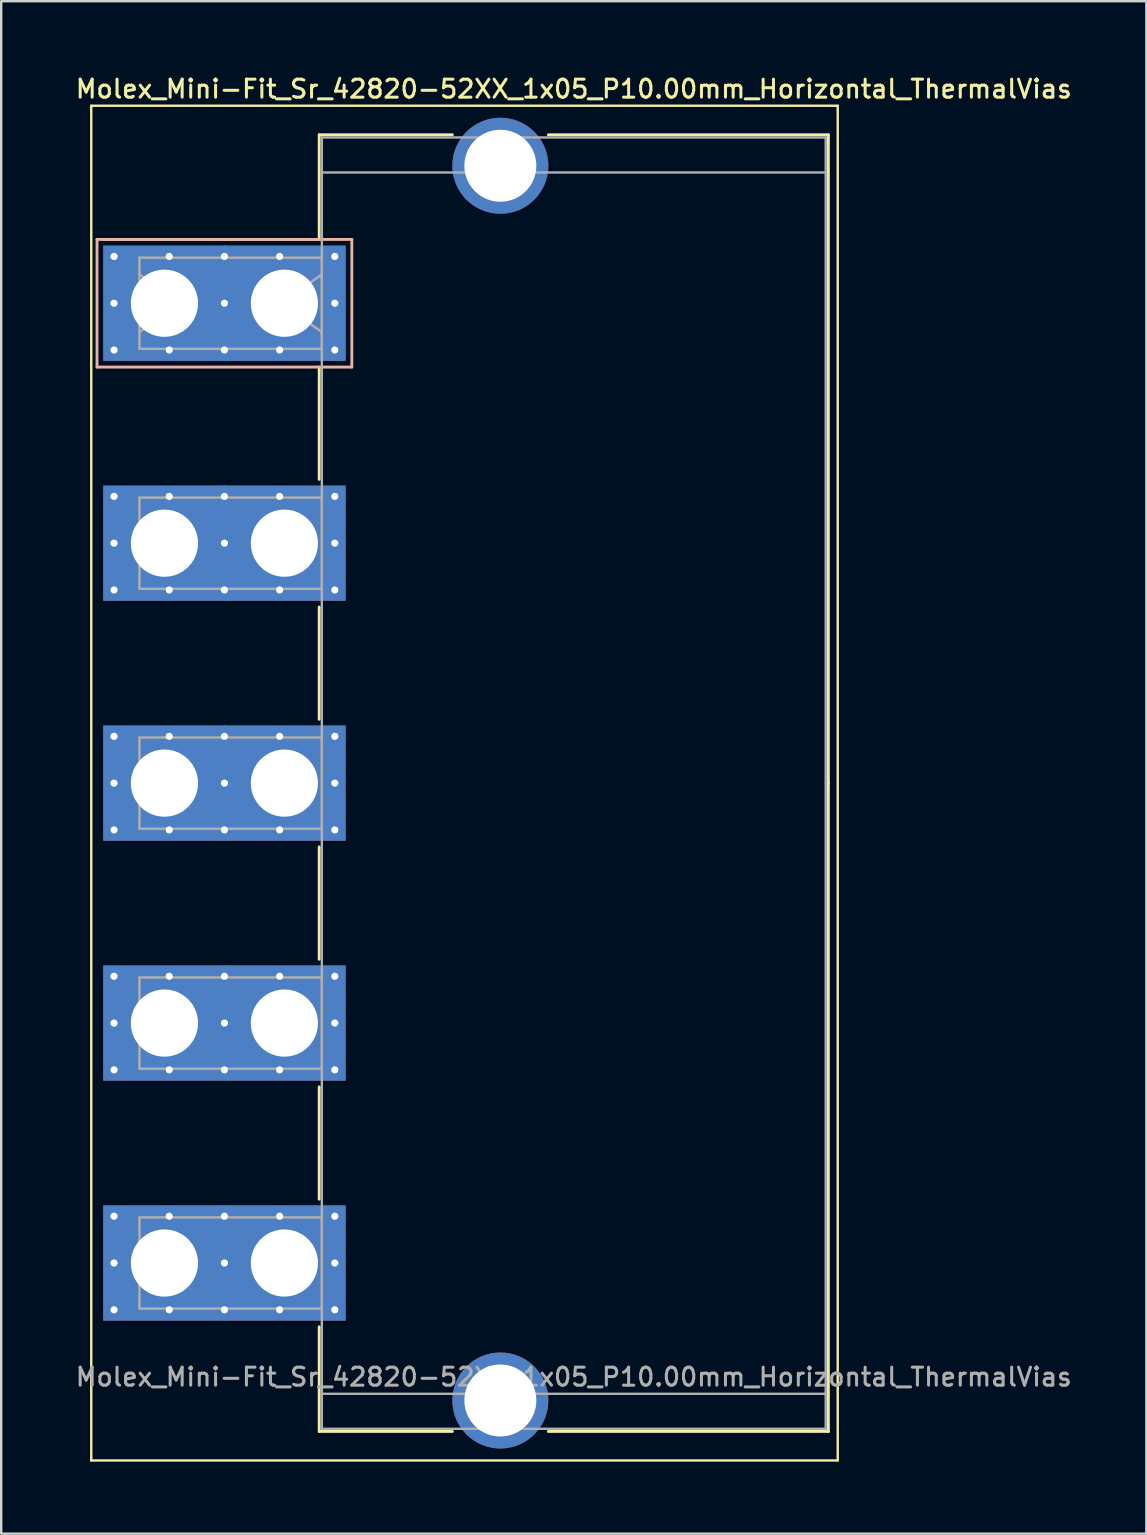
<source format=kicad_pcb>
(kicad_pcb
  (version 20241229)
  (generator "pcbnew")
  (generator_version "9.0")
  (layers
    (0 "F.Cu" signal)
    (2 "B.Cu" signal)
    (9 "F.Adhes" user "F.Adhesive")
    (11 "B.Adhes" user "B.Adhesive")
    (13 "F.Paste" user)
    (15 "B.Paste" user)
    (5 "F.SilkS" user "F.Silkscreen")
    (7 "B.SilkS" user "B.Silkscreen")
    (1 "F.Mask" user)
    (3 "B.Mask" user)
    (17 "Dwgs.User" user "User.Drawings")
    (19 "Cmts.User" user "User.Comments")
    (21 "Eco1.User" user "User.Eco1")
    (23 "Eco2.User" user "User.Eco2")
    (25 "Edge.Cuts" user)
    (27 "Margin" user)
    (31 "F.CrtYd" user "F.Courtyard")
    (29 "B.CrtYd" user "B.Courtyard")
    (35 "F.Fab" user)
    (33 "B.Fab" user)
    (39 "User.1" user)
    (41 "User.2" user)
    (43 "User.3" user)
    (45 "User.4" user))
  (footprint "Molex_Mini-Fit_Sr_42820-52XX_1x05_P10.00mm_Horizontal_ThermalVias"
    (layer "F.Cu")
    (at 3.803 9.588)
    (property "Reference" "Molex_Mini-Fit_Sr_42820-52XX_1x05_P10.00mm_Horizontal_ThermalVias" (at 17.06 -8.93 0) (layer "F.SilkS") (effects (font (size 0.75 0.75) (thickness 0.125))))
    (attr through_hole)
    (fp_line (start -3.05 -8.23) (end -3.05 48.23) (stroke (width 0.1) (type solid)) (layer "F.SilkS"))
    (fp_line (start -3.05 48.23) (end 28.06 48.23) (stroke (width 0.1) (type solid)) (layer "F.SilkS"))
    (fp_line (start 6.45 -7.02) (end 12 -7.02) (stroke (width 0.12) (type solid)) (layer "F.SilkS"))
    (fp_line (start 6.45 -2.66) (end -2.55 -2.66) (stroke (width 0.12) (type solid)) (layer "F.SilkS"))
    (fp_line (start 6.45 -2.66) (end 6.45 -7.02) (stroke (width 0.12) (type solid)) (layer "F.SilkS"))
    (fp_line (start 6.45 2.66) (end 6.45 7.34) (stroke (width 0.12) (type solid)) (layer "F.SilkS"))
    (fp_line (start 6.45 12.66) (end 6.45 17.34) (stroke (width 0.12) (type solid)) (layer "F.SilkS"))
    (fp_line (start 6.45 22.66) (end 6.45 27.34) (stroke (width 0.12) (type solid)) (layer "F.SilkS"))
    (fp_line (start 6.45 32.66) (end 6.45 37.34) (stroke (width 0.12) (type solid)) (layer "F.SilkS"))
    (fp_line (start 6.45 42.66) (end 6.45 47.02) (stroke (width 0.12) (type solid)) (layer "F.SilkS"))
    (fp_line (start 6.45 47.02) (end 12 47.02) (stroke (width 0.12) (type solid)) (layer "F.SilkS"))
    (fp_line (start 16 -7.02) (end 27.67 -7.02) (stroke (width 0.12) (type solid)) (layer "F.SilkS"))
    (fp_line (start 16 47.02) (end 27.67 47.02) (stroke (width 0.12) (type solid)) (layer "F.SilkS"))
    (fp_line (start 27.67 -7.02) (end 27.67 20) (stroke (width 0.12) (type solid)) (layer "F.SilkS"))
    (fp_line (start 27.67 47.02) (end 27.67 20) (stroke (width 0.12) (type solid)) (layer "F.SilkS"))
    (fp_line (start 28.06 -8.23) (end -3.05 -8.23) (stroke (width 0.1) (type solid)) (layer "F.SilkS"))
    (fp_line (start 28.06 48.23) (end 28.06 -8.23) (stroke (width 0.1) (type solid)) (layer "F.SilkS"))
    (fp_line (start -2.81 -2.66) (end -2.81 2.66) (stroke (width 0.12) (type solid)) (layer "B.SilkS"))
    (fp_line (start -2.81 2.66) (end 7.81 2.66) (stroke (width 0.12) (type solid)) (layer "B.SilkS"))
    (fp_line (start 7.81 -2.66) (end -2.81 -2.66) (stroke (width 0.12) (type solid)) (layer "B.SilkS"))
    (fp_line (start 7.81 2.66) (end 7.81 -2.66) (stroke (width 0.12) (type solid)) (layer "B.SilkS"))
    (fp_line (start -1.04 -1.9) (end 6.56 -1.9) (stroke (width 0.1) (type solid)) (layer "F.Fab"))
    (fp_line (start -1.04 -1.2) (end 0.657 0) (stroke (width 0.1) (type solid)) (layer "F.Fab"))
    (fp_line (start -1.04 1.9) (end -1.04 -1.9) (stroke (width 0.1) (type solid)) (layer "F.Fab"))
    (fp_line (start -1.04 8.1) (end 6.56 8.1) (stroke (width 0.1) (type solid)) (layer "F.Fab"))
    (fp_line (start -1.04 11.9) (end -1.04 8.1) (stroke (width 0.1) (type solid)) (layer "F.Fab"))
    (fp_line (start -1.04 18.1) (end 6.56 18.1) (stroke (width 0.1) (type solid)) (layer "F.Fab"))
    (fp_line (start -1.04 21.9) (end -1.04 18.1) (stroke (width 0.1) (type solid)) (layer "F.Fab"))
    (fp_line (start -1.04 28.1) (end 6.56 28.1) (stroke (width 0.1) (type solid)) (layer "F.Fab"))
    (fp_line (start -1.04 31.9) (end -1.04 28.1) (stroke (width 0.1) (type solid)) (layer "F.Fab"))
    (fp_line (start -1.04 38.1) (end 6.56 38.1) (stroke (width 0.1) (type solid)) (layer "F.Fab"))
    (fp_line (start -1.04 41.9) (end -1.04 38.1) (stroke (width 0.1) (type solid)) (layer "F.Fab"))
    (fp_line (start 0.657 0) (end -1.04 1.2) (stroke (width 0.1) (type solid)) (layer "F.Fab"))
    (fp_line (start 4.863 0) (end 6.56 1.2) (stroke (width 0.1) (type solid)) (layer "F.Fab"))
    (fp_line (start 6.56 -6.91) (end 6.56 46.91) (stroke (width 0.1) (type solid)) (layer "F.Fab"))
    (fp_line (start 6.56 -5.45) (end 27.56 -5.45) (stroke (width 0.1) (type solid)) (layer "F.Fab"))
    (fp_line (start 6.56 -1.9) (end 6.56 1.9) (stroke (width 0.1) (type solid)) (layer "F.Fab"))
    (fp_line (start 6.56 -1.2) (end 4.863 0) (stroke (width 0.1) (type solid)) (layer "F.Fab"))
    (fp_line (start 6.56 1.9) (end -1.04 1.9) (stroke (width 0.1) (type solid)) (layer "F.Fab"))
    (fp_line (start 6.56 8.1) (end 6.56 11.9) (stroke (width 0.1) (type solid)) (layer "F.Fab"))
    (fp_line (start 6.56 11.9) (end -1.04 11.9) (stroke (width 0.1) (type solid)) (layer "F.Fab"))
    (fp_line (start 6.56 18.1) (end 6.56 21.9) (stroke (width 0.1) (type solid)) (layer "F.Fab"))
    (fp_line (start 6.56 21.9) (end -1.04 21.9) (stroke (width 0.1) (type solid)) (layer "F.Fab"))
    (fp_line (start 6.56 28.1) (end 6.56 31.9) (stroke (width 0.1) (type solid)) (layer "F.Fab"))
    (fp_line (start 6.56 31.9) (end -1.04 31.9) (stroke (width 0.1) (type solid)) (layer "F.Fab"))
    (fp_line (start 6.56 38.1) (end 6.56 41.9) (stroke (width 0.1) (type solid)) (layer "F.Fab"))
    (fp_line (start 6.56 41.9) (end -1.04 41.9) (stroke (width 0.1) (type solid)) (layer "F.Fab"))
    (fp_line (start 6.56 45.45) (end 27.56 45.45) (stroke (width 0.1) (type solid)) (layer "F.Fab"))
    (fp_line (start 6.56 46.91) (end 27.56 46.91) (stroke (width 0.1) (type solid)) (layer "F.Fab"))
    (fp_line (start 27.56 -6.91) (end 6.56 -6.91) (stroke (width 0.1) (type solid)) (layer "F.Fab"))
    (fp_line (start 27.56 46.91) (end 27.56 -6.91) (stroke (width 0.1) (type solid)) (layer "F.Fab"))
    (fp_text user "${REFERENCE}" (at 17.06 44.75 0) (layer "F.Fab") (effects (font (size 0.75 0.75) (thickness 0.125))))
    (pad "" thru_hole circle (at 14 -5.73) (size 4 4) (drill 3) (layers "*.Cu" "*.Mask"))
    (pad "" thru_hole circle (at 14 45.73) (size 4 4) (drill 3) (layers "*.Cu" "*.Mask"))
    (pad "1" thru_hole roundrect (at -2.1 -1.95) (size 0.6 0.6) (drill 0.3) (layers "*.Cu" "*.Mask") (roundrect_rratio 0.25))
    (pad "1" thru_hole roundrect (at -2.1 0) (size 0.6 0.6) (drill 0.3) (layers "*.Cu" "*.Mask") (roundrect_rratio 0.25))
    (pad "1" thru_hole roundrect (at -2.1 1.95) (size 0.6 0.6) (drill 0.3) (layers "*.Cu" "*.Mask") (roundrect_rratio 0.25))
    (pad "1" thru_hole rect (at 0 0) (size 5.1 4.8) (drill 2.8) (layers "*.Cu" "*.Mask"))
    (pad "1" thru_hole roundrect (at 0.2 -1.95) (size 0.6 0.6) (drill 0.3) (layers "*.Cu" "*.Mask") (roundrect_rratio 0.25))
    (pad "1" thru_hole roundrect (at 0.2 1.95) (size 0.6 0.6) (drill 0.3) (layers "*.Cu" "*.Mask") (roundrect_rratio 0.25))
    (pad "1" thru_hole roundrect (at 2.5 -1.95) (size 0.6 0.6) (drill 0.3) (layers "*.Cu" "*.Mask") (roundrect_rratio 0.25))
    (pad "1" thru_hole roundrect (at 2.5 0) (size 0.6 0.6) (drill 0.3) (layers "*.Cu" "*.Mask") (roundrect_rratio 0.25))
    (pad "1" thru_hole roundrect (at 2.5 1.95) (size 0.6 0.6) (drill 0.3) (layers "*.Cu" "*.Mask") (roundrect_rratio 0.25))
    (pad "1" thru_hole roundrect (at 4.8 -1.95) (size 0.6 0.6) (drill 0.3) (layers "*.Cu" "*.Mask") (roundrect_rratio 0.25))
    (pad "1" thru_hole roundrect (at 4.8 1.95) (size 0.6 0.6) (drill 0.3) (layers "*.Cu" "*.Mask") (roundrect_rratio 0.25))
    (pad "1" thru_hole rect (at 5 0) (size 5.1 4.8) (drill 2.8) (layers "*.Cu" "*.Mask"))
    (pad "1" thru_hole roundrect (at 7.1 -1.95) (size 0.6 0.6) (drill 0.3) (layers "*.Cu" "*.Mask") (roundrect_rratio 0.25))
    (pad "1" thru_hole roundrect (at 7.1 0) (size 0.6 0.6) (drill 0.3) (layers "*.Cu" "*.Mask") (roundrect_rratio 0.25))
    (pad "1" thru_hole roundrect (at 7.1 1.95) (size 0.6 0.6) (drill 0.3) (layers "*.Cu" "*.Mask") (roundrect_rratio 0.25))
    (pad "2" thru_hole circle (at -2.1 8.05) (size 0.6 0.6) (drill 0.3) (layers "*.Cu" "*.Mask"))
    (pad "2" thru_hole circle (at -2.1 10) (size 0.6 0.6) (drill 0.3) (layers "*.Cu" "*.Mask"))
    (pad "2" thru_hole circle (at -2.1 11.95) (size 0.6 0.6) (drill 0.3) (layers "*.Cu" "*.Mask"))
    (pad "2" thru_hole rect (at 0 10) (size 5.1 4.8) (drill 2.8) (layers "*.Cu" "*.Mask"))
    (pad "2" thru_hole circle (at 0.2 8.05) (size 0.6 0.6) (drill 0.3) (layers "*.Cu" "*.Mask"))
    (pad "2" thru_hole circle (at 0.2 11.95) (size 0.6 0.6) (drill 0.3) (layers "*.Cu" "*.Mask"))
    (pad "2" thru_hole circle (at 2.5 8.05) (size 0.6 0.6) (drill 0.3) (layers "*.Cu" "*.Mask"))
    (pad "2" thru_hole circle (at 2.5 10) (size 0.6 0.6) (drill 0.3) (layers "*.Cu" "*.Mask"))
    (pad "2" thru_hole circle (at 2.5 11.95) (size 0.6 0.6) (drill 0.3) (layers "*.Cu" "*.Mask"))
    (pad "2" thru_hole circle (at 4.8 8.05) (size 0.6 0.6) (drill 0.3) (layers "*.Cu" "*.Mask"))
    (pad "2" thru_hole circle (at 4.8 11.95) (size 0.6 0.6) (drill 0.3) (layers "*.Cu" "*.Mask"))
    (pad "2" thru_hole rect (at 5 10) (size 5.1 4.8) (drill 2.8) (layers "*.Cu" "*.Mask"))
    (pad "2" thru_hole circle (at 7.1 8.05) (size 0.6 0.6) (drill 0.3) (layers "*.Cu" "*.Mask"))
    (pad "2" thru_hole circle (at 7.1 10) (size 0.6 0.6) (drill 0.3) (layers "*.Cu" "*.Mask"))
    (pad "2" thru_hole circle (at 7.1 11.95) (size 0.6 0.6) (drill 0.3) (layers "*.Cu" "*.Mask"))
    (pad "3" thru_hole circle (at -2.1 18.05) (size 0.6 0.6) (drill 0.3) (layers "*.Cu" "*.Mask"))
    (pad "3" thru_hole circle (at -2.1 20) (size 0.6 0.6) (drill 0.3) (layers "*.Cu" "*.Mask"))
    (pad "3" thru_hole circle (at -2.1 21.95) (size 0.6 0.6) (drill 0.3) (layers "*.Cu" "*.Mask"))
    (pad "3" thru_hole rect (at 0 20) (size 5.1 4.8) (drill 2.8) (layers "*.Cu" "*.Mask"))
    (pad "3" thru_hole circle (at 0.2 18.05) (size 0.6 0.6) (drill 0.3) (layers "*.Cu" "*.Mask"))
    (pad "3" thru_hole circle (at 0.2 21.95) (size 0.6 0.6) (drill 0.3) (layers "*.Cu" "*.Mask"))
    (pad "3" thru_hole circle (at 2.5 18.05) (size 0.6 0.6) (drill 0.3) (layers "*.Cu" "*.Mask"))
    (pad "3" thru_hole circle (at 2.5 20) (size 0.6 0.6) (drill 0.3) (layers "*.Cu" "*.Mask"))
    (pad "3" thru_hole circle (at 2.5 21.95) (size 0.6 0.6) (drill 0.3) (layers "*.Cu" "*.Mask"))
    (pad "3" thru_hole circle (at 4.8 18.05) (size 0.6 0.6) (drill 0.3) (layers "*.Cu" "*.Mask"))
    (pad "3" thru_hole circle (at 4.8 21.95) (size 0.6 0.6) (drill 0.3) (layers "*.Cu" "*.Mask"))
    (pad "3" thru_hole rect (at 5 20) (size 5.1 4.8) (drill 2.8) (layers "*.Cu" "*.Mask"))
    (pad "3" thru_hole circle (at 7.1 18.05) (size 0.6 0.6) (drill 0.3) (layers "*.Cu" "*.Mask"))
    (pad "3" thru_hole circle (at 7.1 20) (size 0.6 0.6) (drill 0.3) (layers "*.Cu" "*.Mask"))
    (pad "3" thru_hole circle (at 7.1 21.95) (size 0.6 0.6) (drill 0.3) (layers "*.Cu" "*.Mask"))
    (pad "4" thru_hole circle (at -2.1 28.05) (size 0.6 0.6) (drill 0.3) (layers "*.Cu" "*.Mask"))
    (pad "4" thru_hole circle (at -2.1 30) (size 0.6 0.6) (drill 0.3) (layers "*.Cu" "*.Mask"))
    (pad "4" thru_hole circle (at -2.1 31.95) (size 0.6 0.6) (drill 0.3) (layers "*.Cu" "*.Mask"))
    (pad "4" thru_hole rect (at 0 30) (size 5.1 4.8) (drill 2.8) (layers "*.Cu" "*.Mask"))
    (pad "4" thru_hole circle (at 0.2 28.05) (size 0.6 0.6) (drill 0.3) (layers "*.Cu" "*.Mask"))
    (pad "4" thru_hole circle (at 0.2 31.95) (size 0.6 0.6) (drill 0.3) (layers "*.Cu" "*.Mask"))
    (pad "4" thru_hole circle (at 2.5 28.05) (size 0.6 0.6) (drill 0.3) (layers "*.Cu" "*.Mask"))
    (pad "4" thru_hole circle (at 2.5 30) (size 0.6 0.6) (drill 0.3) (layers "*.Cu" "*.Mask"))
    (pad "4" thru_hole circle (at 2.5 31.95) (size 0.6 0.6) (drill 0.3) (layers "*.Cu" "*.Mask"))
    (pad "4" thru_hole circle (at 4.8 28.05) (size 0.6 0.6) (drill 0.3) (layers "*.Cu" "*.Mask"))
    (pad "4" thru_hole circle (at 4.8 31.95) (size 0.6 0.6) (drill 0.3) (layers "*.Cu" "*.Mask"))
    (pad "4" thru_hole rect (at 5 30) (size 5.1 4.8) (drill 2.8) (layers "*.Cu" "*.Mask"))
    (pad "4" thru_hole circle (at 7.1 28.05) (size 0.6 0.6) (drill 0.3) (layers "*.Cu" "*.Mask"))
    (pad "4" thru_hole circle (at 7.1 30) (size 0.6 0.6) (drill 0.3) (layers "*.Cu" "*.Mask"))
    (pad "4" thru_hole circle (at 7.1 31.95) (size 0.6 0.6) (drill 0.3) (layers "*.Cu" "*.Mask"))
    (pad "5" thru_hole circle (at -2.1 38.05) (size 0.6 0.6) (drill 0.3) (layers "*.Cu" "*.Mask"))
    (pad "5" thru_hole circle (at -2.1 40) (size 0.6 0.6) (drill 0.3) (layers "*.Cu" "*.Mask"))
    (pad "5" thru_hole circle (at -2.1 41.95) (size 0.6 0.6) (drill 0.3) (layers "*.Cu" "*.Mask"))
    (pad "5" thru_hole rect (at 0 40) (size 5.1 4.8) (drill 2.8) (layers "*.Cu" "*.Mask"))
    (pad "5" thru_hole circle (at 0.2 38.05) (size 0.6 0.6) (drill 0.3) (layers "*.Cu" "*.Mask"))
    (pad "5" thru_hole circle (at 0.2 41.95) (size 0.6 0.6) (drill 0.3) (layers "*.Cu" "*.Mask"))
    (pad "5" thru_hole circle (at 2.5 38.05) (size 0.6 0.6) (drill 0.3) (layers "*.Cu" "*.Mask"))
    (pad "5" thru_hole circle (at 2.5 40) (size 0.6 0.6) (drill 0.3) (layers "*.Cu" "*.Mask"))
    (pad "5" thru_hole circle (at 2.5 41.95) (size 0.6 0.6) (drill 0.3) (layers "*.Cu" "*.Mask"))
    (pad "5" thru_hole circle (at 4.8 38.05) (size 0.6 0.6) (drill 0.3) (layers "*.Cu" "*.Mask"))
    (pad "5" thru_hole circle (at 4.8 41.95) (size 0.6 0.6) (drill 0.3) (layers "*.Cu" "*.Mask"))
    (pad "5" thru_hole rect (at 5 40) (size 5.1 4.8) (drill 2.8) (layers "*.Cu" "*.Mask"))
    (pad "5" thru_hole circle (at 7.1 38.05) (size 0.6 0.6) (drill 0.3) (layers "*.Cu" "*.Mask"))
    (pad "5" thru_hole circle (at 7.1 40) (size 0.6 0.6) (drill 0.3) (layers "*.Cu" "*.Mask"))
    (pad "5" thru_hole circle (at 7.1 41.95) (size 0.6 0.6) (drill 0.3) (layers "*.Cu" "*.Mask")))
  (gr_rect
    (start -3 -3)
    (end 44.725 60.868)
    (stroke (width 0.1) (type default))
    (fill no)
    (layer "Edge.Cuts")))
</source>
